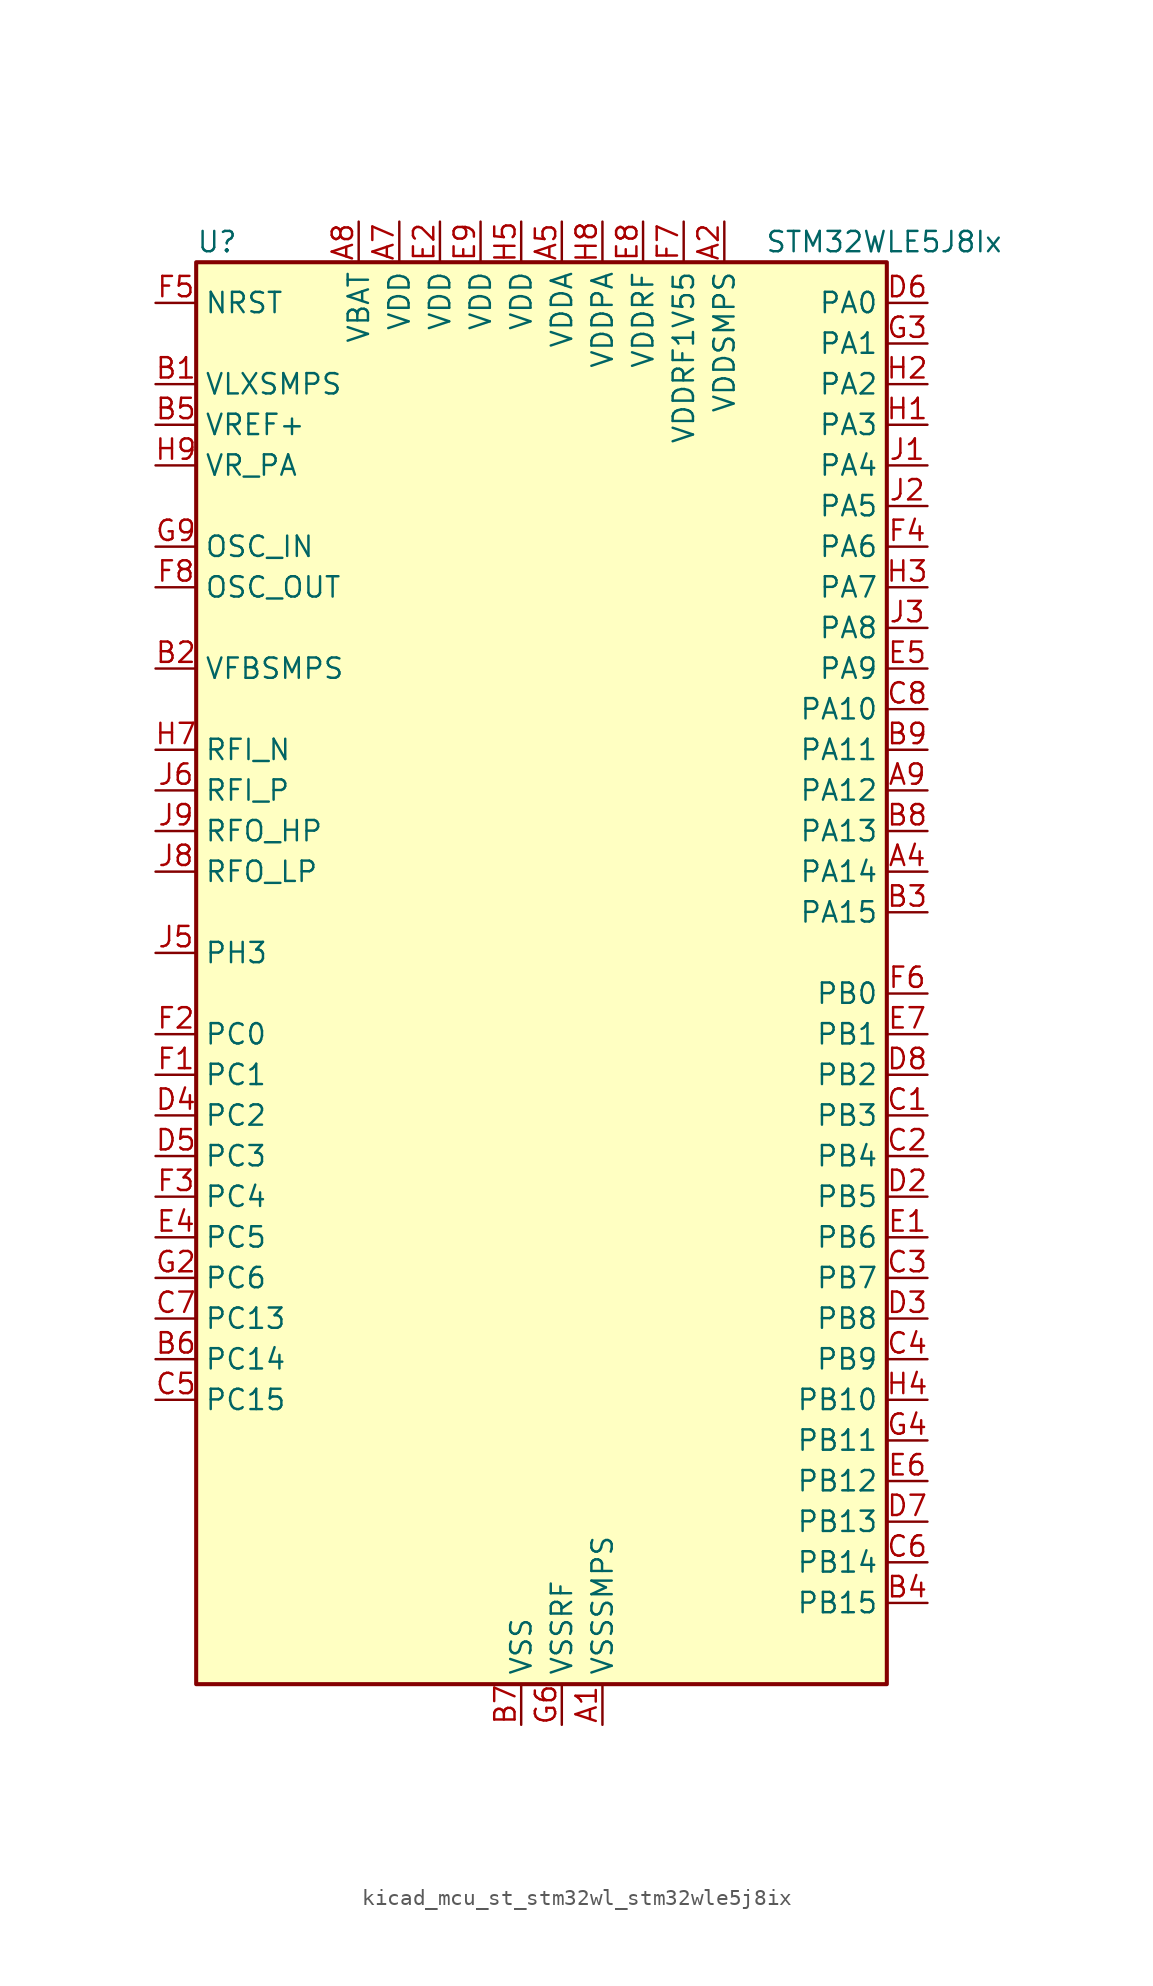
<source format=kicad_sym>
(kicad_symbol_lib
  (version 20220914)
  (generator kicad_symbol_editor)
  (symbol "kicad_mcu_st_stm32wl_stm32wle5j8ix"
    (property "Reference" "U"
      (at -20.32 46.99 0)
      (effects (font (size 1.27 1.27)) (justify left)))
    (property "Value" "STM32WLE5J8Ix"
      (at 15.24 46.99 0)
      (effects (font (size 1.27 1.27)) (justify left)))
    (property "ki_locked" ""
      (at 0 0 0)
      (effects (font (size 1.27 1.27))))
    (symbol "kicad_mcu_st_stm32wl_stm32wle5j8ix_0_1"
      (rectangle (start -20.32 -43.18) (end 22.86 45.72) (stroke (width 0.254) (type default)) (fill (type background))))
    (symbol "kicad_mcu_st_stm32wl_stm32wle5j8ix_1_1"
      (pin power_in line (at 5.08 -45.72 90) (length 2.54) (name "VSSSMPS" (effects (font (size 1.27 1.27)))) (number "A1" (effects (font (size 1.27 1.27)))))
      (pin power_in line (at 12.7 48.26 270) (length 2.54) (name "VDDSMPS" (effects (font (size 1.27 1.27)))) (number "A2" (effects (font (size 1.27 1.27)))))
      (pin bidirectional line (at 25.4 7.62 180) (length 2.54) (name "PA14" (effects (font (size 1.27 1.27)))) (number "A4" (effects (font (size 1.27 1.27)))) (alternate "ADC_IN10" bidirectional line) (alternate "DEBUG_JTCK-SWCLK" bidirectional line) (alternate "I2C1_SMBA" bidirectional line) (alternate "LPTIM1_OUT" bidirectional line))
      (pin power_in line (at 2.54 48.26 270) (length 2.54) (name "VDDA" (effects (font (size 1.27 1.27)))) (number "A5" (effects (font (size 1.27 1.27)))))
      (pin power_in line (at -7.62 48.26 270) (length 2.54) (name "VDD" (effects (font (size 1.27 1.27)))) (number "A7" (effects (font (size 1.27 1.27)))))
      (pin power_in line (at -10.16 48.26 270) (length 2.54) (name "VBAT" (effects (font (size 1.27 1.27)))) (number "A8" (effects (font (size 1.27 1.27)))))
      (pin bidirectional line (at 25.4 12.7 180) (length 2.54) (name "PA12" (effects (font (size 1.27 1.27)))) (number "A9" (effects (font (size 1.27 1.27)))) (alternate "ADC_IN8" bidirectional line) (alternate "DEBUG_RF-BUSY" bidirectional line) (alternate "I2C2_SCL" bidirectional line) (alternate "LPTIM3_IN1" bidirectional line) (alternate "SPI1_MOSI" bidirectional line) (alternate "TIM1_ETR" bidirectional line) (alternate "USART1_DE" bidirectional line) (alternate "USART1_RTS" bidirectional line))
      (pin power_in line (at -22.86 38.1 0) (length 2.54) (name "VLXSMPS" (effects (font (size 1.27 1.27)))) (number "B1" (effects (font (size 1.27 1.27)))))
      (pin input line (at -22.86 20.32 0) (length 2.54) (name "VFBSMPS" (effects (font (size 1.27 1.27)))) (number "B2" (effects (font (size 1.27 1.27)))))
      (pin bidirectional line (at 25.4 5.08 180) (length 2.54) (name "PA15" (effects (font (size 1.27 1.27)))) (number "B3" (effects (font (size 1.27 1.27)))) (alternate "ADC_IN11" bidirectional line) (alternate "COMP1_INM" bidirectional line) (alternate "COMP2_INP" bidirectional line) (alternate "DEBUG_JTDI" bidirectional line) (alternate "I2C2_SDA" bidirectional line) (alternate "SPI1_NSS" bidirectional line) (alternate "TIM2_CH1" bidirectional line) (alternate "TIM2_ETR" bidirectional line))
      (pin bidirectional line (at 25.4 -38.1 180) (length 2.54) (name "PB15" (effects (font (size 1.27 1.27)))) (number "B4" (effects (font (size 1.27 1.27)))) (alternate "I2C2_SCL" bidirectional line) (alternate "I2S2_SD" bidirectional line) (alternate "SPI2_MOSI" bidirectional line) (alternate "TIM1_CH3N" bidirectional line))
      (pin input line (at -22.86 35.56 0) (length 2.54) (name "VREF+" (effects (font (size 1.27 1.27)))) (number "B5" (effects (font (size 1.27 1.27)))) (alternate "VREFBUF_OUT" bidirectional line))
      (pin bidirectional line (at -22.86 -22.86 0) (length 2.54) (name "PC14" (effects (font (size 1.27 1.27)))) (number "B6" (effects (font (size 1.27 1.27)))) (alternate "RCC_OSC32_IN" bidirectional line))
      (pin power_in line (at 0 -45.72 90) (length 2.54) (name "VSS" (effects (font (size 1.27 1.27)))) (number "B7" (effects (font (size 1.27 1.27)))))
      (pin bidirectional line (at 25.4 10.16 180) (length 2.54) (name "PA13" (effects (font (size 1.27 1.27)))) (number "B8" (effects (font (size 1.27 1.27)))) (alternate "ADC_IN9" bidirectional line) (alternate "DEBUG_JTMS-SWDIO" bidirectional line) (alternate "I2C2_SMBA" bidirectional line) (alternate "IR_OUT" bidirectional line))
      (pin bidirectional line (at 25.4 15.24 180) (length 2.54) (name "PA11" (effects (font (size 1.27 1.27)))) (number "B9" (effects (font (size 1.27 1.27)))) (alternate "ADC_EXTI11" bidirectional line) (alternate "ADC_IN7" bidirectional line) (alternate "COMP1_INM" bidirectional line) (alternate "COMP2_INM" bidirectional line) (alternate "DEBUG_RF-NRESET" bidirectional line) (alternate "I2C2_SDA" bidirectional line) (alternate "LPTIM3_ETR" bidirectional line) (alternate "SPI1_MISO" bidirectional line) (alternate "TIM1_BKIN2" bidirectional line) (alternate "TIM1_CH4" bidirectional line) (alternate "USART1_CTS" bidirectional line) (alternate "USART1_NSS" bidirectional line))
      (pin bidirectional line (at 25.4 -7.62 180) (length 2.54) (name "PB3" (effects (font (size 1.27 1.27)))) (number "C1" (effects (font (size 1.27 1.27)))) (alternate "ADC_IN2" bidirectional line) (alternate "COMP1_INM" bidirectional line) (alternate "COMP2_INM" bidirectional line) (alternate "DEBUG_JTDO-SWO" bidirectional line) (alternate "DEBUG_RF-DTB1" bidirectional line) (alternate "PWR_WKUP3" bidirectional line) (alternate "RTC_TAMP_IN3" bidirectional line) (alternate "SPI1_SCK" bidirectional line) (alternate "TIM2_CH2" bidirectional line) (alternate "USART1_DE" bidirectional line) (alternate "USART1_RTS" bidirectional line))
      (pin bidirectional line (at 25.4 -10.16 180) (length 2.54) (name "PB4" (effects (font (size 1.27 1.27)))) (number "C2" (effects (font (size 1.27 1.27)))) (alternate "ADC_IN3" bidirectional line) (alternate "COMP1_INP" bidirectional line) (alternate "COMP2_INP" bidirectional line) (alternate "DEBUG_JTRST" bidirectional line) (alternate "DEBUG_RF-LDORDY" bidirectional line) (alternate "I2C3_SDA" bidirectional line) (alternate "SPI1_MISO" bidirectional line) (alternate "TIM17_BKIN" bidirectional line) (alternate "USART1_CTS" bidirectional line) (alternate "USART1_NSS" bidirectional line))
      (pin bidirectional line (at 25.4 -17.78 180) (length 2.54) (name "PB7" (effects (font (size 1.27 1.27)))) (number "C3" (effects (font (size 1.27 1.27)))) (alternate "I2C1_SDA" bidirectional line) (alternate "LPTIM1_IN2" bidirectional line) (alternate "PWR_PVD_IN" bidirectional line) (alternate "TIM17_CH1N" bidirectional line) (alternate "TIM1_BKIN" bidirectional line) (alternate "USART1_RX" bidirectional line))
      (pin bidirectional line (at 25.4 -22.86 180) (length 2.54) (name "PB9" (effects (font (size 1.27 1.27)))) (number "C4" (effects (font (size 1.27 1.27)))) (alternate "DAC_EXTI9" bidirectional line) (alternate "I2C1_SDA" bidirectional line) (alternate "I2S2_WS" bidirectional line) (alternate "IR_OUT" bidirectional line) (alternate "SPI2_NSS" bidirectional line) (alternate "TIM17_CH1" bidirectional line) (alternate "TIM1_CH3N" bidirectional line))
      (pin bidirectional line (at -22.86 -25.4 0) (length 2.54) (name "PC15" (effects (font (size 1.27 1.27)))) (number "C5" (effects (font (size 1.27 1.27)))) (alternate "RCC_OSC32_OUT" bidirectional line))
      (pin bidirectional line (at 25.4 -35.56 180) (length 2.54) (name "PB14" (effects (font (size 1.27 1.27)))) (number "C6" (effects (font (size 1.27 1.27)))) (alternate "ADC_IN1" bidirectional line) (alternate "I2C3_SDA" bidirectional line) (alternate "I2S2_MCK" bidirectional line) (alternate "SPI2_MISO" bidirectional line) (alternate "TIM1_CH2N" bidirectional line))
      (pin bidirectional line (at -22.86 -20.32 0) (length 2.54) (name "PC13" (effects (font (size 1.27 1.27)))) (number "C7" (effects (font (size 1.27 1.27)))) (alternate "PWR_WKUP2" bidirectional line) (alternate "RTC_OUT1" bidirectional line) (alternate "RTC_TAMP_IN1" bidirectional line) (alternate "RTC_TS" bidirectional line))
      (pin bidirectional line (at 25.4 17.78 180) (length 2.54) (name "PA10" (effects (font (size 1.27 1.27)))) (number "C8" (effects (font (size 1.27 1.27)))) (alternate "ADC_IN6" bidirectional line) (alternate "COMP1_INM" bidirectional line) (alternate "COMP2_INM" bidirectional line) (alternate "DAC_OUT1" bidirectional line) (alternate "DEBUG_RF-HSE32RDY" bidirectional line) (alternate "I2C1_SDA" bidirectional line) (alternate "I2S2_SD" bidirectional line) (alternate "RTC_REFIN" bidirectional line) (alternate "SPI2_MOSI" bidirectional line) (alternate "TIM17_BKIN" bidirectional line) (alternate "TIM1_CH3" bidirectional line) (alternate "USART1_RX" bidirectional line))
      (pin bidirectional line (at 25.4 -12.7 180) (length 2.54) (name "PB5" (effects (font (size 1.27 1.27)))) (number "D2" (effects (font (size 1.27 1.27)))) (alternate "COMP2_OUT" bidirectional line) (alternate "I2C1_SMBA" bidirectional line) (alternate "LPTIM1_IN1" bidirectional line) (alternate "SPI1_MOSI" bidirectional line) (alternate "TIM16_BKIN" bidirectional line) (alternate "USART1_CK" bidirectional line))
      (pin bidirectional line (at 25.4 -20.32 180) (length 2.54) (name "PB8" (effects (font (size 1.27 1.27)))) (number "D3" (effects (font (size 1.27 1.27)))) (alternate "I2C1_SCL" bidirectional line) (alternate "TIM16_CH1" bidirectional line) (alternate "TIM1_CH2N" bidirectional line))
      (pin bidirectional line (at -22.86 -7.62 0) (length 2.54) (name "PC2" (effects (font (size 1.27 1.27)))) (number "D4" (effects (font (size 1.27 1.27)))) (alternate "LPTIM1_IN2" bidirectional line) (alternate "SPI2_MISO" bidirectional line))
      (pin bidirectional line (at -22.86 -10.16 0) (length 2.54) (name "PC3" (effects (font (size 1.27 1.27)))) (number "D5" (effects (font (size 1.27 1.27)))) (alternate "I2S2_SD" bidirectional line) (alternate "LPTIM1_ETR" bidirectional line) (alternate "LPTIM2_ETR" bidirectional line) (alternate "SPI2_MOSI" bidirectional line))
      (pin bidirectional line (at 25.4 43.18 180) (length 2.54) (name "PA0" (effects (font (size 1.27 1.27)))) (number "D6" (effects (font (size 1.27 1.27)))) (alternate "COMP1_OUT" bidirectional line) (alternate "DEBUG_PWR-REGLP1S" bidirectional line) (alternate "I2C3_SMBA" bidirectional line) (alternate "I2S_CKIN" bidirectional line) (alternate "PWR_WKUP1" bidirectional line) (alternate "RTC_TAMP_IN2" bidirectional line) (alternate "TIM2_CH1" bidirectional line) (alternate "TIM2_ETR" bidirectional line) (alternate "USART2_CTS" bidirectional line) (alternate "USART2_NSS" bidirectional line))
      (pin bidirectional line (at 25.4 -33.02 180) (length 2.54) (name "PB13" (effects (font (size 1.27 1.27)))) (number "D7" (effects (font (size 1.27 1.27)))) (alternate "ADC_IN0" bidirectional line) (alternate "I2C3_SCL" bidirectional line) (alternate "I2S2_CK" bidirectional line) (alternate "LPUART1_CTS" bidirectional line) (alternate "SPI2_SCK" bidirectional line) (alternate "TIM1_CH1N" bidirectional line))
      (pin bidirectional line (at 25.4 -5.08 180) (length 2.54) (name "PB2" (effects (font (size 1.27 1.27)))) (number "D8" (effects (font (size 1.27 1.27)))) (alternate "ADC_IN4" bidirectional line) (alternate "COMP1_INP" bidirectional line) (alternate "COMP2_INM" bidirectional line) (alternate "DEBUG_RF-SMPSRDY" bidirectional line) (alternate "I2C3_SMBA" bidirectional line) (alternate "LPTIM1_OUT" bidirectional line) (alternate "SPI1_NSS" bidirectional line))
      (pin passive line (at 0 -45.72 90) (length 2.54) hide (name "VSS" (effects (font (size 1.27 1.27)))) (number "D9" (effects (font (size 1.27 1.27)))))
      (pin bidirectional line (at 25.4 -15.24 180) (length 2.54) (name "PB6" (effects (font (size 1.27 1.27)))) (number "E1" (effects (font (size 1.27 1.27)))) (alternate "I2C1_SCL" bidirectional line) (alternate "LPTIM1_ETR" bidirectional line) (alternate "TIM16_CH1N" bidirectional line) (alternate "USART1_TX" bidirectional line))
      (pin power_in line (at -5.08 48.26 270) (length 2.54) (name "VDD" (effects (font (size 1.27 1.27)))) (number "E2" (effects (font (size 1.27 1.27)))))
      (pin passive line (at 0 -45.72 90) (length 2.54) hide (name "VSS" (effects (font (size 1.27 1.27)))) (number "E3" (effects (font (size 1.27 1.27)))))
      (pin bidirectional line (at -22.86 -15.24 0) (length 2.54) (name "PC5" (effects (font (size 1.27 1.27)))) (number "E4" (effects (font (size 1.27 1.27)))))
      (pin bidirectional line (at 25.4 20.32 180) (length 2.54) (name "PA9" (effects (font (size 1.27 1.27)))) (number "E5" (effects (font (size 1.27 1.27)))) (alternate "DAC_EXTI9" bidirectional line) (alternate "I2C1_SCL" bidirectional line) (alternate "I2S2_CK" bidirectional line) (alternate "I2S2_WS" bidirectional line) (alternate "SPI2_NSS" bidirectional line) (alternate "SPI2_SCK" bidirectional line) (alternate "TIM1_CH2" bidirectional line) (alternate "USART1_TX" bidirectional line))
      (pin bidirectional line (at 25.4 -30.48 180) (length 2.54) (name "PB12" (effects (font (size 1.27 1.27)))) (number "E6" (effects (font (size 1.27 1.27)))) (alternate "I2C3_SMBA" bidirectional line) (alternate "I2S2_WS" bidirectional line) (alternate "LPUART1_RTS" bidirectional line) (alternate "SPI2_NSS" bidirectional line) (alternate "TIM1_BKIN" bidirectional line))
      (pin bidirectional line (at 25.4 -2.54 180) (length 2.54) (name "PB1" (effects (font (size 1.27 1.27)))) (number "E7" (effects (font (size 1.27 1.27)))) (alternate "ADC_IN5" bidirectional line) (alternate "COMP2_INP" bidirectional line) (alternate "LPTIM2_IN1" bidirectional line) (alternate "LPUART1_DE" bidirectional line) (alternate "LPUART1_RTS" bidirectional line))
      (pin power_in line (at 7.62 48.26 270) (length 2.54) (name "VDDRF" (effects (font (size 1.27 1.27)))) (number "E8" (effects (font (size 1.27 1.27)))))
      (pin power_in line (at -2.54 48.26 270) (length 2.54) (name "VDD" (effects (font (size 1.27 1.27)))) (number "E9" (effects (font (size 1.27 1.27)))))
      (pin bidirectional line (at -22.86 -5.08 0) (length 2.54) (name "PC1" (effects (font (size 1.27 1.27)))) (number "F1" (effects (font (size 1.27 1.27)))) (alternate "I2C3_SDA" bidirectional line) (alternate "I2S2_SD" bidirectional line) (alternate "LPTIM1_OUT" bidirectional line) (alternate "LPUART1_TX" bidirectional line) (alternate "SPI2_MOSI" bidirectional line))
      (pin bidirectional line (at -22.86 -2.54 0) (length 2.54) (name "PC0" (effects (font (size 1.27 1.27)))) (number "F2" (effects (font (size 1.27 1.27)))) (alternate "I2C3_SCL" bidirectional line) (alternate "LPTIM1_IN1" bidirectional line) (alternate "LPTIM2_IN1" bidirectional line) (alternate "LPUART1_RX" bidirectional line))
      (pin bidirectional line (at -22.86 -12.7 0) (length 2.54) (name "PC4" (effects (font (size 1.27 1.27)))) (number "F3" (effects (font (size 1.27 1.27)))))
      (pin bidirectional line (at 25.4 27.94 180) (length 2.54) (name "PA6" (effects (font (size 1.27 1.27)))) (number "F4" (effects (font (size 1.27 1.27)))) (alternate "DEBUG_SUBGHZSPI-MISOOUT" bidirectional line) (alternate "I2C2_SMBA" bidirectional line) (alternate "LPUART1_CTS" bidirectional line) (alternate "SPI1_MISO" bidirectional line) (alternate "TIM16_CH1" bidirectional line) (alternate "TIM1_BKIN" bidirectional line))
      (pin input line (at -22.86 43.18 0) (length 2.54) (name "NRST" (effects (font (size 1.27 1.27)))) (number "F5" (effects (font (size 1.27 1.27)))))
      (pin bidirectional line (at 25.4 0 180) (length 2.54) (name "PB0" (effects (font (size 1.27 1.27)))) (number "F6" (effects (font (size 1.27 1.27)))) (alternate "COMP1_OUT" bidirectional line) (alternate "VDDTCXO" bidirectional line))
      (pin power_in line (at 10.16 48.26 270) (length 2.54) (name "VDDRF1V55" (effects (font (size 1.27 1.27)))) (number "F7" (effects (font (size 1.27 1.27)))))
      (pin input line (at -22.86 25.4 0) (length 2.54) (name "OSC_OUT" (effects (font (size 1.27 1.27)))) (number "F8" (effects (font (size 1.27 1.27)))) (alternate "RCC_OSC_OUT" bidirectional line))
      (pin bidirectional line (at -22.86 -17.78 0) (length 2.54) (name "PC6" (effects (font (size 1.27 1.27)))) (number "G2" (effects (font (size 1.27 1.27)))) (alternate "I2S2_MCK" bidirectional line))
      (pin bidirectional line (at 25.4 40.64 180) (length 2.54) (name "PA1" (effects (font (size 1.27 1.27)))) (number "G3" (effects (font (size 1.27 1.27)))) (alternate "DEBUG_PWR-REGLP2S" bidirectional line) (alternate "I2C1_SMBA" bidirectional line) (alternate "LPTIM3_OUT" bidirectional line) (alternate "LPUART1_RTS" bidirectional line) (alternate "SPI1_SCK" bidirectional line) (alternate "TIM2_CH2" bidirectional line) (alternate "USART2_DE" bidirectional line) (alternate "USART2_RTS" bidirectional line))
      (pin bidirectional line (at 25.4 -27.94 180) (length 2.54) (name "PB11" (effects (font (size 1.27 1.27)))) (number "G4" (effects (font (size 1.27 1.27)))) (alternate "ADC_EXTI11" bidirectional line) (alternate "COMP2_OUT" bidirectional line) (alternate "I2C3_SDA" bidirectional line) (alternate "LPUART1_TX" bidirectional line) (alternate "TIM2_CH4" bidirectional line))
      (pin passive line (at 0 -45.72 90) (length 2.54) hide (name "VSS" (effects (font (size 1.27 1.27)))) (number "G5" (effects (font (size 1.27 1.27)))))
      (pin power_in line (at 2.54 -45.72 90) (length 2.54) (name "VSSRF" (effects (font (size 1.27 1.27)))) (number "G6" (effects (font (size 1.27 1.27)))))
      (pin passive line (at 2.54 -45.72 90) (length 2.54) hide (name "VSSRF" (effects (font (size 1.27 1.27)))) (number "G7" (effects (font (size 1.27 1.27)))))
      (pin passive line (at 2.54 -45.72 90) (length 2.54) hide (name "VSSRF" (effects (font (size 1.27 1.27)))) (number "G8" (effects (font (size 1.27 1.27)))))
      (pin input line (at -22.86 27.94 0) (length 2.54) (name "OSC_IN" (effects (font (size 1.27 1.27)))) (number "G9" (effects (font (size 1.27 1.27)))) (alternate "RCC_OSC_IN" bidirectional line))
      (pin bidirectional line (at 25.4 35.56 180) (length 2.54) (name "PA3" (effects (font (size 1.27 1.27)))) (number "H1" (effects (font (size 1.27 1.27)))) (alternate "I2S2_MCK" bidirectional line) (alternate "LPUART1_RX" bidirectional line) (alternate "TIM2_CH4" bidirectional line) (alternate "USART2_RX" bidirectional line))
      (pin bidirectional line (at 25.4 38.1 180) (length 2.54) (name "PA2" (effects (font (size 1.27 1.27)))) (number "H2" (effects (font (size 1.27 1.27)))) (alternate "COMP2_OUT" bidirectional line) (alternate "DEBUG_PWR-LDORDY" bidirectional line) (alternate "LPUART1_TX" bidirectional line) (alternate "RCC_LSCO" bidirectional line) (alternate "TIM2_CH3" bidirectional line) (alternate "USART2_TX" bidirectional line))
      (pin bidirectional line (at 25.4 25.4 180) (length 2.54) (name "PA7" (effects (font (size 1.27 1.27)))) (number "H3" (effects (font (size 1.27 1.27)))) (alternate "COMP2_OUT" bidirectional line) (alternate "DEBUG_SUBGHZSPI-MOSIOUT" bidirectional line) (alternate "I2C3_SCL" bidirectional line) (alternate "SPI1_MOSI" bidirectional line) (alternate "TIM17_CH1" bidirectional line) (alternate "TIM1_CH1N" bidirectional line))
      (pin bidirectional line (at 25.4 -25.4 180) (length 2.54) (name "PB10" (effects (font (size 1.27 1.27)))) (number "H4" (effects (font (size 1.27 1.27)))) (alternate "COMP1_OUT" bidirectional line) (alternate "I2C3_SCL" bidirectional line) (alternate "I2S2_CK" bidirectional line) (alternate "LPUART1_RX" bidirectional line) (alternate "SPI2_SCK" bidirectional line) (alternate "TIM2_CH3" bidirectional line))
      (pin power_in line (at 0 48.26 270) (length 2.54) (name "VDD" (effects (font (size 1.27 1.27)))) (number "H5" (effects (font (size 1.27 1.27)))))
      (pin passive line (at 2.54 -45.72 90) (length 2.54) hide (name "VSSRF" (effects (font (size 1.27 1.27)))) (number "H6" (effects (font (size 1.27 1.27)))))
      (pin bidirectional line (at -22.86 15.24 0) (length 2.54) (name "RFI_N" (effects (font (size 1.27 1.27)))) (number "H7" (effects (font (size 1.27 1.27)))))
      (pin power_in line (at 5.08 48.26 270) (length 2.54) (name "VDDPA" (effects (font (size 1.27 1.27)))) (number "H8" (effects (font (size 1.27 1.27)))))
      (pin power_in line (at -22.86 33.02 0) (length 2.54) (name "VR_PA" (effects (font (size 1.27 1.27)))) (number "H9" (effects (font (size 1.27 1.27)))))
      (pin bidirectional line (at 25.4 33.02 180) (length 2.54) (name "PA4" (effects (font (size 1.27 1.27)))) (number "J1" (effects (font (size 1.27 1.27)))) (alternate "DEBUG_SUBGHZSPI-NSSOUT" bidirectional line) (alternate "LPTIM1_OUT" bidirectional line) (alternate "LPTIM2_OUT" bidirectional line) (alternate "RTC_OUT2" bidirectional line) (alternate "SPI1_NSS" bidirectional line) (alternate "USART2_CK" bidirectional line))
      (pin bidirectional line (at 25.4 30.48 180) (length 2.54) (name "PA5" (effects (font (size 1.27 1.27)))) (number "J2" (effects (font (size 1.27 1.27)))) (alternate "DEBUG_SUBGHZSPI-SCKOUT" bidirectional line) (alternate "LPTIM2_ETR" bidirectional line) (alternate "SPI1_SCK" bidirectional line) (alternate "SPI2_MISO" bidirectional line) (alternate "TIM2_CH1" bidirectional line) (alternate "TIM2_ETR" bidirectional line))
      (pin bidirectional line (at 25.4 22.86 180) (length 2.54) (name "PA8" (effects (font (size 1.27 1.27)))) (number "J3" (effects (font (size 1.27 1.27)))) (alternate "I2S2_CK" bidirectional line) (alternate "LPTIM2_OUT" bidirectional line) (alternate "RCC_MCO" bidirectional line) (alternate "SPI2_SCK" bidirectional line) (alternate "TIM1_CH1" bidirectional line) (alternate "USART1_CK" bidirectional line))
      (pin bidirectional line (at -22.86 2.54 0) (length 2.54) (name "PH3" (effects (font (size 1.27 1.27)))) (number "J5" (effects (font (size 1.27 1.27)))))
      (pin bidirectional line (at -22.86 12.7 0) (length 2.54) (name "RFI_P" (effects (font (size 1.27 1.27)))) (number "J6" (effects (font (size 1.27 1.27)))))
      (pin bidirectional line (at -22.86 7.62 0) (length 2.54) (name "RFO_LP" (effects (font (size 1.27 1.27)))) (number "J8" (effects (font (size 1.27 1.27)))))
      (pin bidirectional line (at -22.86 10.16 0) (length 2.54) (name "RFO_HP" (effects (font (size 1.27 1.27)))) (number "J9" (effects (font (size 1.27 1.27))))))))
</source>
